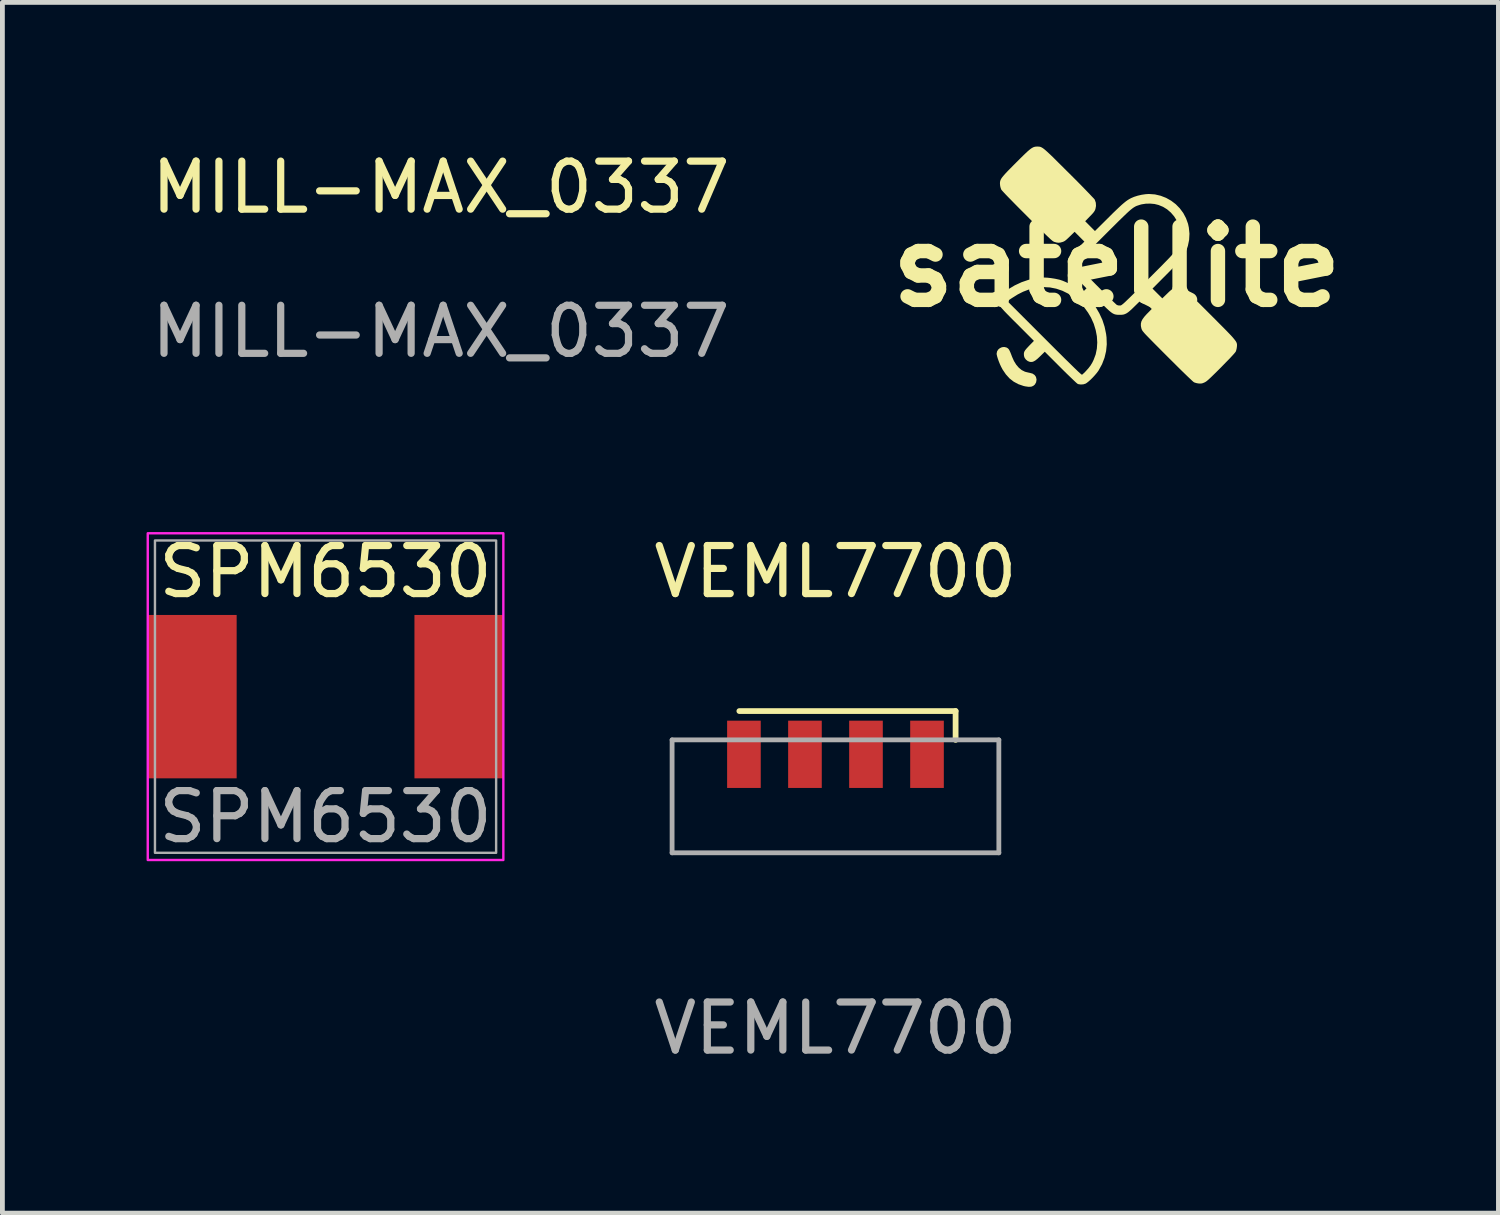
<source format=kicad_pcb>
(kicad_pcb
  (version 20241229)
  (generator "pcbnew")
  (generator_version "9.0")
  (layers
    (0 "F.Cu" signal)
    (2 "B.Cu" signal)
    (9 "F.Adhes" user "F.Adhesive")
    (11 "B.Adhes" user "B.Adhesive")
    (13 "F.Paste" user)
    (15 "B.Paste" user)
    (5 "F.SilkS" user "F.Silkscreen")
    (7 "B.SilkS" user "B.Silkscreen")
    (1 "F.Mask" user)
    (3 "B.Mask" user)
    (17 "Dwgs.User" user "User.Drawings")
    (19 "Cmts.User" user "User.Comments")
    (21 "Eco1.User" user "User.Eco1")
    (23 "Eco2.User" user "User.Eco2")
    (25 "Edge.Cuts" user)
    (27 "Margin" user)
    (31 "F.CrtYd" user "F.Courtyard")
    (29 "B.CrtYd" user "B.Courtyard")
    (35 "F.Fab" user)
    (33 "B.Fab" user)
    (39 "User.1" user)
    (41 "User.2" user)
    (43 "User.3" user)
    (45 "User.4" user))
  (footprint "satellite"
    (layer "F.Cu")
    (at 20.192 2.501)
    (property "Reference" "satellite" (at 0 0 0) (layer "F.SilkS") (effects (font (size 1.524 1.524) (thickness 0.3))))
    (attr board_only exclude_from_pos_files exclude_from_bom)
    (fp_poly (pts (xy -2.298 1.68) (xy -2.279 1.69) (xy -2.263 1.702) (xy -2.248 1.718) (xy -2.234 1.742) (xy -2.218 1.776) (xy -2.199 1.823) (xy -2.179 1.876) (xy -2.14 1.963) (xy -2.093 2.039) (xy -2.039 2.102) (xy -1.979 2.151) (xy -1.917 2.182) (xy -1.914 2.184) (xy -1.877 2.194) (xy -1.834 2.204) (xy -1.814 2.208) (xy -1.754 2.224) (xy -1.711 2.253) (xy -1.683 2.292) (xy -1.671 2.343) (xy -1.671 2.356) (xy -1.68 2.407) (xy -1.706 2.452) (xy -1.741 2.481) (xy -1.783 2.497) (xy -1.839 2.499) (xy -1.908 2.489) (xy -1.942 2.481) (xy -2.049 2.444) (xy -2.146 2.392) (xy -2.232 2.325) (xy -2.308 2.241) (xy -2.376 2.141) (xy -2.408 2.081) (xy -2.433 2.027) (xy -2.456 1.97) (xy -2.476 1.914) (xy -2.491 1.864) (xy -2.5 1.824) (xy -2.501 1.808) (xy -2.492 1.762) (xy -2.468 1.723) (xy -2.433 1.694) (xy -2.39 1.675) (xy -2.344 1.67)) (stroke (width 0) (type solid)) (fill yes) (layer "F.SilkS"))
    (fp_poly (pts (xy -1.632 -2.5) (xy -1.615 -2.499) (xy -1.599 -2.497) (xy -1.581 -2.491) (xy -1.563 -2.482) (xy -1.541 -2.469) (xy -1.516 -2.451) (xy -1.486 -2.426) (xy -1.45 -2.394) (xy -1.407 -2.354) (xy -1.356 -2.306) (xy -1.296 -2.247) (xy -1.227 -2.178) (xy -1.146 -2.098) (xy -1.053 -2.005) (xy -0.993 -1.946) (xy -0.905 -1.858) (xy -0.822 -1.775) (xy -0.745 -1.697) (xy -0.675 -1.625) (xy -0.613 -1.561) (xy -0.56 -1.506) (xy -0.517 -1.46) (xy -0.484 -1.426) (xy -0.464 -1.403) (xy -0.458 -1.394) (xy -0.437 -1.332) (xy -0.433 -1.265) (xy -0.444 -1.207) (xy -0.452 -1.182) (xy -0.463 -1.161) (xy -0.478 -1.138) (xy -0.501 -1.11) (xy -0.534 -1.074) (xy -0.559 -1.049) (xy -0.658 -0.947) (xy -0.557 -0.845) (xy -0.455 -0.743) (xy -0.161 -1.035) (xy -0.079 -1.117) (xy -0.007 -1.186) (xy 0.054 -1.244) (xy 0.106 -1.292) (xy 0.152 -1.331) (xy 0.192 -1.363) (xy 0.229 -1.389) (xy 0.265 -1.411) (xy 0.3 -1.429) (xy 0.337 -1.445) (xy 0.361 -1.455) (xy 0.436 -1.479) (xy 0.519 -1.498) (xy 0.602 -1.51) (xy 0.669 -1.514) (xy 0.794 -1.505) (xy 0.913 -1.477) (xy 1.026 -1.433) (xy 1.131 -1.374) (xy 1.227 -1.301) (xy 1.311 -1.215) (xy 1.383 -1.118) (xy 1.44 -1.01) (xy 1.482 -0.894) (xy 1.499 -0.815) (xy 1.512 -0.687) (xy 1.505 -0.559) (xy 1.479 -0.434) (xy 1.455 -0.361) (xy 1.439 -0.322) (xy 1.422 -0.286) (xy 1.403 -0.251) (xy 1.38 -0.215) (xy 1.352 -0.177) (xy 1.317 -0.134) (xy 1.274 -0.086) (xy 1.223 -0.031) (xy 1.16 0.034) (xy 1.086 0.11) (xy 1.035 0.161) (xy 0.743 0.455) (xy 0.845 0.557) (xy 0.947 0.658) (xy 1.049 0.559) (xy 1.09 0.519) (xy 1.122 0.491) (xy 1.147 0.471) (xy 1.17 0.458) (xy 1.192 0.449) (xy 1.207 0.444) (xy 1.277 0.432) (xy 1.344 0.439) (xy 1.394 0.458) (xy 1.407 0.468) (xy 1.433 0.491) (xy 1.471 0.526) (xy 1.519 0.572) (xy 1.577 0.628) (xy 1.643 0.693) (xy 1.717 0.765) (xy 1.797 0.845) (xy 1.883 0.931) (xy 1.95 0.998) (xy 2.051 1.099) (xy 2.138 1.187) (xy 2.214 1.263) (xy 2.279 1.329) (xy 2.333 1.385) (xy 2.378 1.432) (xy 2.414 1.472) (xy 2.442 1.506) (xy 2.464 1.534) (xy 2.48 1.557) (xy 2.491 1.578) (xy 2.497 1.596) (xy 2.501 1.613) (xy 2.501 1.629) (xy 2.501 1.647) (xy 2.499 1.667) (xy 2.499 1.668) (xy 2.493 1.707) (xy 2.483 1.746) (xy 2.477 1.763) (xy 2.464 1.782) (xy 2.438 1.813) (xy 2.398 1.857) (xy 2.346 1.913) (xy 2.28 1.98) (xy 2.203 2.059) (xy 2.17 2.093) (xy 2.097 2.166) (xy 2.036 2.226) (xy 1.986 2.275) (xy 1.945 2.314) (xy 1.912 2.345) (xy 1.885 2.368) (xy 1.864 2.385) (xy 1.845 2.397) (xy 1.829 2.406) (xy 1.823 2.409) (xy 1.786 2.424) (xy 1.754 2.431) (xy 1.719 2.431) (xy 1.706 2.43) (xy 1.666 2.424) (xy 1.627 2.413) (xy 1.607 2.405) (xy 1.593 2.395) (xy 1.566 2.371) (xy 1.527 2.334) (xy 1.477 2.287) (xy 1.416 2.228) (xy 1.346 2.16) (xy 1.267 2.082) (xy 1.181 1.996) (xy 1.087 1.903) (xy 1.048 1.864) (xy 0.951 1.767) (xy 0.867 1.682) (xy 0.795 1.61) (xy 0.734 1.548) (xy 0.683 1.496) (xy 0.64 1.452) (xy 0.606 1.417) (xy 0.579 1.388) (xy 0.559 1.364) (xy 0.543 1.345) (xy 0.532 1.33) (xy 0.525 1.317) (xy 0.519 1.306) (xy 0.516 1.296) (xy 0.512 1.286) (xy 0.501 1.233) (xy 0.501 1.184) (xy 0.512 1.137) (xy 0.537 1.089) (xy 0.576 1.037) (xy 0.629 0.978) (xy 0.638 0.97) (xy 0.727 0.879) (xy 0.625 0.777) (xy 0.523 0.675) (xy 0.381 0.814) (xy 0.323 0.871) (xy 0.275 0.915) (xy 0.235 0.948) (xy 0.2 0.971) (xy 0.168 0.986) (xy 0.135 0.996) (xy 0.1 1) (xy 0.059 1.001) (xy 0.017 1) (xy -0.019 0.996) (xy -0.052 0.987) (xy -0.084 0.972) (xy -0.118 0.949) (xy -0.157 0.917) (xy -0.204 0.874) (xy -0.262 0.818) (xy -0.264 0.815) (xy -0.406 0.674) (xy -0.449 0.717) (xy -0.491 0.76) (xy -0.447 0.827) (xy -0.365 0.967) (xy -0.3 1.107) (xy -0.254 1.249) (xy -0.223 1.398) (xy -0.214 1.47) (xy -0.209 1.615) (xy -0.223 1.757) (xy -0.256 1.895) (xy -0.307 2.028) (xy -0.377 2.155) (xy -0.387 2.171) (xy -0.418 2.212) (xy -0.457 2.258) (xy -0.5 2.305) (xy -0.545 2.35) (xy -0.588 2.388) (xy -0.625 2.417) (xy -0.648 2.432) (xy -0.695 2.447) (xy -0.747 2.451) (xy -0.795 2.445) (xy -0.816 2.437) (xy -0.829 2.427) (xy -0.854 2.405) (xy -0.889 2.372) (xy -0.934 2.329) (xy -0.987 2.278) (xy -1.046 2.221) (xy -1.11 2.158) (xy -1.172 2.096) (xy -1.499 1.769) (xy -1.598 1.866) (xy -1.648 1.913) (xy -1.69 1.947) (xy -1.725 1.968) (xy -1.756 1.98) (xy -1.788 1.982) (xy -1.812 1.979) (xy -1.853 1.963) (xy -1.89 1.934) (xy -1.918 1.897) (xy -1.931 1.859) (xy -1.934 1.824) (xy -1.933 1.794) (xy -1.924 1.766) (xy -1.906 1.736) (xy -1.878 1.702) (xy -1.838 1.659) (xy -1.824 1.644) (xy -1.725 1.543) (xy -2.083 1.184) (xy -2.167 1.101) (xy -2.237 1.03) (xy -2.296 0.97) (xy -2.344 0.92) (xy -2.382 0.878) (xy -2.412 0.844) (xy -2.435 0.816) (xy -2.451 0.793) (xy -2.461 0.773) (xy -2.467 0.756) (xy -2.47 0.739) (xy -2.471 0.722) (xy -2.471 0.716) (xy -2.278 0.716) (xy -1.508 1.486) (xy -1.383 1.611) (xy -1.271 1.723) (xy -1.171 1.822) (xy -1.084 1.909) (xy -1.007 1.984) (xy -0.941 2.049) (xy -0.886 2.103) (xy -0.839 2.148) (xy -0.802 2.184) (xy -0.772 2.211) (xy -0.75 2.23) (xy -0.735 2.242) (xy -0.726 2.247) (xy -0.724 2.247) (xy -0.71 2.237) (xy -0.688 2.216) (xy -0.659 2.188) (xy -0.644 2.172) (xy -0.589 2.111) (xy -0.545 2.053) (xy -0.508 1.991) (xy -0.483 1.939) (xy -0.44 1.825) (xy -0.415 1.703) (xy -0.407 1.577) (xy -0.415 1.447) (xy -0.44 1.317) (xy -0.48 1.187) (xy -0.537 1.06) (xy -0.599 0.955) (xy -0.687 0.834) (xy -0.786 0.728) (xy -0.895 0.636) (xy -1.011 0.56) (xy -1.133 0.5) (xy -1.26 0.457) (xy -1.391 0.431) (xy -1.524 0.424) (xy -1.608 0.43) (xy -1.727 0.448) (xy -1.84 0.478) (xy -1.95 0.52) (xy -2.061 0.576) (xy -2.178 0.649) (xy -2.192 0.658) (xy -2.278 0.716) (xy -2.471 0.716) (xy -2.471 0.716) (xy -2.468 0.678) (xy -2.456 0.643) (xy -2.435 0.609) (xy -2.402 0.574) (xy -2.356 0.535) (xy -2.294 0.491) (xy -2.262 0.47) (xy -2.124 0.388) (xy -1.982 0.322) (xy -1.839 0.273) (xy -1.695 0.24) (xy -1.555 0.226) (xy -1.513 0.225) (xy -1.445 0.228) (xy -1.366 0.237) (xy -1.284 0.25) (xy -1.206 0.267) (xy -1.182 0.273) (xy -1.129 0.291) (xy -1.066 0.317) (xy -0.996 0.35) (xy -0.926 0.386) (xy -0.861 0.423) (xy -0.805 0.458) (xy -0.782 0.474) (xy -0.71 0.529) (xy -0.631 0.45) (xy -0.797 0.281) (xy -0.856 0.221) (xy -0.903 0.172) (xy -0.938 0.131) (xy -0.964 0.097) (xy -0.981 0.066) (xy -0.992 0.036) (xy -0.998 0.004) (xy -1.001 -0.031) (xy -1.001 -0.058) (xy -0.811 -0.058) (xy -0.809 -0.044) (xy -0.804 -0.029) (xy -0.795 -0.011) (xy -0.779 0.011) (xy -0.758 0.038) (xy -0.728 0.071) (xy -0.69 0.112) (xy -0.642 0.161) (xy -0.584 0.22) (xy -0.514 0.291) (xy -0.432 0.374) (xy -0.412 0.394) (xy -0.339 0.467) (xy -0.27 0.536) (xy -0.206 0.599) (xy -0.147 0.656) (xy -0.096 0.705) (xy -0.054 0.745) (xy -0.022 0.775) (xy -0.002 0.793) (xy 0.005 0.797) (xy 0.036 0.806) (xy 0.072 0.807) (xy 0.073 0.807) (xy 0.08 0.805) (xy 0.089 0.802) (xy 0.1 0.796) (xy 0.113 0.786) (xy 0.131 0.772) (xy 0.153 0.753) (xy 0.181 0.727) (xy 0.216 0.693) (xy 0.259 0.652) (xy 0.311 0.601) (xy 0.372 0.541) (xy 0.444 0.47) (xy 0.527 0.386) (xy 0.623 0.29) (xy 0.65 0.263) (xy 0.754 0.159) (xy 0.845 0.068) (xy 0.924 -0.011) (xy 0.991 -0.08) (xy 1.049 -0.139) (xy 1.098 -0.19) (xy 1.138 -0.234) (xy 1.171 -0.271) (xy 1.198 -0.304) (xy 1.22 -0.332) (xy 1.237 -0.358) (xy 1.25 -0.382) (xy 1.261 -0.405) (xy 1.271 -0.428) (xy 1.28 -0.453) (xy 1.286 -0.474) (xy 1.298 -0.512) (xy 1.306 -0.547) (xy 1.31 -0.583) (xy 1.312 -0.628) (xy 1.312 -0.669) (xy 1.312 -0.724) (xy 1.309 -0.766) (xy 1.304 -0.802) (xy 1.295 -0.836) (xy 1.286 -0.865) (xy 1.246 -0.963) (xy 1.193 -1.048) (xy 1.125 -1.127) (xy 1.046 -1.195) (xy 0.963 -1.246) (xy 0.869 -1.285) (xy 0.865 -1.286) (xy 0.784 -1.306) (xy 0.694 -1.314) (xy 0.604 -1.312) (xy 0.519 -1.299) (xy 0.488 -1.291) (xy 0.461 -1.282) (xy 0.436 -1.274) (xy 0.413 -1.266) (xy 0.391 -1.256) (xy 0.368 -1.243) (xy 0.344 -1.228) (xy 0.317 -1.208) (xy 0.286 -1.183) (xy 0.25 -1.152) (xy 0.209 -1.114) (xy 0.16 -1.067) (xy 0.103 -1.012) (xy 0.037 -0.948) (xy -0.039 -0.872) (xy -0.127 -0.785) (xy -0.227 -0.685) (xy -0.251 -0.661) (xy -0.363 -0.549) (xy -0.461 -0.451) (xy -0.545 -0.366) (xy -0.617 -0.292) (xy -0.677 -0.231) (xy -0.725 -0.181) (xy -0.761 -0.142) (xy -0.787 -0.113) (xy -0.802 -0.094) (xy -0.806 -0.086) (xy -0.809 -0.072) (xy -0.811 -0.058) (xy -1.001 -0.058) (xy -1.001 -0.064) (xy -1 -0.104) (xy -0.995 -0.139) (xy -0.985 -0.171) (xy -0.969 -0.204) (xy -0.944 -0.239) (xy -0.91 -0.28) (xy -0.865 -0.329) (xy -0.814 -0.381) (xy -0.675 -0.523) (xy -0.878 -0.727) (xy -0.98 -0.628) (xy -1.023 -0.587) (xy -1.055 -0.558) (xy -1.081 -0.538) (xy -1.104 -0.525) (xy -1.127 -0.516) (xy -1.134 -0.514) (xy -1.179 -0.502) (xy -1.216 -0.499) (xy -1.255 -0.504) (xy -1.29 -0.514) (xy -1.301 -0.517) (xy -1.311 -0.521) (xy -1.323 -0.528) (xy -1.337 -0.537) (xy -1.354 -0.551) (xy -1.375 -0.569) (xy -1.401 -0.593) (xy -1.434 -0.624) (xy -1.474 -0.662) (xy -1.522 -0.709) (xy -1.58 -0.766) (xy -1.648 -0.833) (xy -1.727 -0.912) (xy -1.819 -1.003) (xy -1.864 -1.049) (xy -1.96 -1.145) (xy -2.049 -1.234) (xy -2.13 -1.316) (xy -2.202 -1.39) (xy -2.265 -1.454) (xy -2.317 -1.508) (xy -2.358 -1.552) (xy -2.387 -1.584) (xy -2.403 -1.603) (xy -2.405 -1.607) (xy -2.417 -1.639) (xy -2.427 -1.679) (xy -2.43 -1.706) (xy -2.432 -1.733) (xy -2.431 -1.758) (xy -2.427 -1.782) (xy -2.419 -1.806) (xy -2.405 -1.833) (xy -2.384 -1.863) (xy -2.355 -1.898) (xy -2.318 -1.94) (xy -2.271 -1.99) (xy -2.212 -2.05) (xy -2.141 -2.122) (xy -2.097 -2.166) (xy -2.02 -2.243) (xy -1.955 -2.307) (xy -1.9 -2.36) (xy -1.855 -2.402) (xy -1.816 -2.435) (xy -1.784 -2.46) (xy -1.756 -2.477) (xy -1.732 -2.489) (xy -1.708 -2.496) (xy -1.684 -2.5) (xy -1.659 -2.501) (xy -1.651 -2.501)) (stroke (width 0) (type solid)) (fill yes) (layer "F.SilkS")))
  (footprint "VEML7700"
    (layer "F.Cu")
    (at 14.337 12.348)
    (property "Reference" "VEML7700" (at 0 -3.5 0) (unlocked yes) (layer "F.SilkS") (effects (font (size 1 1) (thickness 0.15))))
    (attr smd)
    (fp_line (start -2 -0.6) (end 2.5 -0.6) (stroke (width 0.12) (type solid)) (layer "F.SilkS"))
    (fp_line (start 2.5 -0.6) (end 2.5 0) (stroke (width 0.12) (type solid)) (layer "F.SilkS"))
    (fp_line (start -3.4 0) (end 3.4 0) (stroke (width 0.1) (type solid)) (layer "F.Fab"))
    (fp_line (start -3.4 2.35) (end -3.4 0) (stroke (width 0.1) (type solid)) (layer "F.Fab"))
    (fp_line (start 3.4 0) (end 3.4 2.35) (stroke (width 0.1) (type solid)) (layer "F.Fab"))
    (fp_line (start 3.4 2.35) (end -3.4 2.35) (stroke (width 0.1) (type solid)) (layer "F.Fab"))
    (fp_text user "${REFERENCE}" (at 0 6 0) (unlocked yes) (layer "F.Fab") (effects (font (size 1 1) (thickness 0.15))))
    (pad "1" smd rect (at -1.905 0.3) (size 0.7 1.4) (layers "F.Cu" "F.Mask" "F.Paste"))
    (pad "2" smd rect (at -0.635 0.3) (size 0.7 1.4) (layers "F.Cu" "F.Mask" "F.Paste"))
    (pad "3" smd rect (at 0.635 0.3) (size 0.7 1.4) (layers "F.Cu" "F.Mask" "F.Paste"))
    (pad "4" smd rect (at 1.905 0.3) (size 0.7 1.4) (layers "F.Cu" "F.Mask" "F.Paste")))
  (footprint "MILL-MAX_0337"
    (layer "F.Cu")
    (at 6.125 1.348)
    (property "Reference" "MILL-MAX_0337" (at 0 -0.5 0) (unlocked yes) (layer "F.SilkS") (effects (font (size 1 1) (thickness 0.15))))
    (attr smd)
    (fp_text user "${REFERENCE}" (at 0 2.5 0) (unlocked yes) (layer "F.Fab") (effects (font (size 1 1) (thickness 0.15)))))
  (footprint "SPM6530"
    (layer "F.Cu")
    (at 3.725 11.448)
    (property "Reference" "SPM6530" (at 0 -2.6 0) (unlocked yes) (layer "F.SilkS") (effects (font (size 1 1) (thickness 0.15))))
    (attr smd)
    (fp_rect (start -3.7 -3.4) (end 3.7 3.4) (stroke (width 0.05) (type solid)) (fill no) (layer "F.CrtYd"))
    (fp_rect (start -3.55 -3.25) (end 3.55 3.25) (stroke (width 0.05) (type solid)) (fill no) (layer "F.Fab"))
    (fp_text user "${REFERENCE}" (at 0 2.5 0) (unlocked yes) (layer "F.Fab") (effects (font (size 1 1) (thickness 0.15))))
    (pad "1" smd rect (at -2.775 0) (size 1.85 3.4) (layers "F.Cu" "F.Mask" "F.Paste"))
    (pad "2" smd rect (at 2.775 0) (size 1.85 3.4) (layers "F.Cu" "F.Mask" "F.Paste")))
  (gr_rect
    (start -3 -3)
    (end 28.134 22.196)
    (stroke (width 0.1) (type default))
    (fill no)
    (layer "Edge.Cuts")))
</source>
